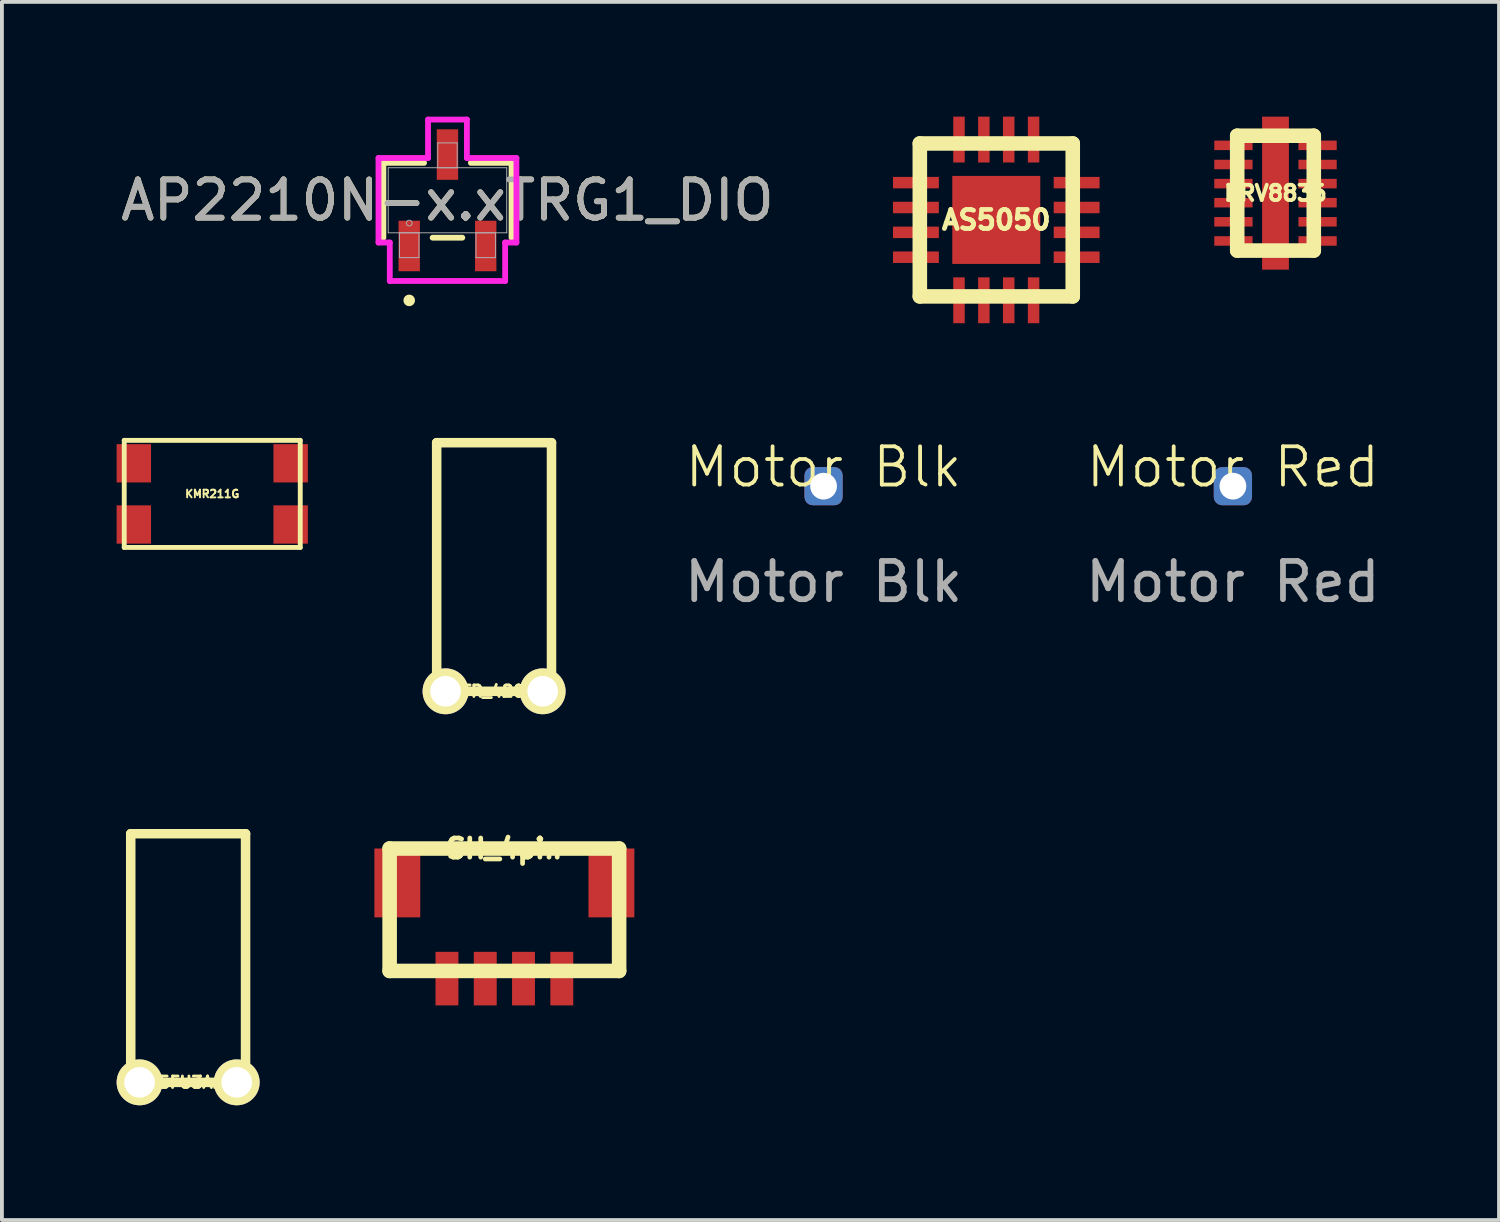
<source format=kicad_pcb>
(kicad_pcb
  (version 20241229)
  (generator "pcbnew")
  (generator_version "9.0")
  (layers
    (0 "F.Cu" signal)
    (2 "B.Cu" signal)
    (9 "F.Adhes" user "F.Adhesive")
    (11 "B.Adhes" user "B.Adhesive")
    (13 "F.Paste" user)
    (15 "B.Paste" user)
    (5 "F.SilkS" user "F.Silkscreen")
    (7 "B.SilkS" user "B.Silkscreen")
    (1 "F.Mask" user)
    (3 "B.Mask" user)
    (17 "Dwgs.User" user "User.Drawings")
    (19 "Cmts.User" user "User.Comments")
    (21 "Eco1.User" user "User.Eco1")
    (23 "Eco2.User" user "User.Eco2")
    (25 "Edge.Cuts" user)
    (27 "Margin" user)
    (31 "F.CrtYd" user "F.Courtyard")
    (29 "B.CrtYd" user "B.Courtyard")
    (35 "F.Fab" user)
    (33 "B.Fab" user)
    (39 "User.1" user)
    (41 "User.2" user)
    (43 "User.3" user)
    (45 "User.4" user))
  (footprint "DRV8836"
    (layer "F.Cu")
    (at 30.298 2)
    (property "Reference" "DRV8836" (at 0 0 0) (layer "F.SilkS") (effects (font (size 0.399 0.399) (thickness 0.099))))
    (attr through_hole)
    (fp_line (start -1.001 -1.501) (end -1.001 1.501) (stroke (width 0.381) (type solid)) (layer "F.SilkS"))
    (fp_line (start -1.001 1.501) (end 1.001 1.501) (stroke (width 0.381) (type solid)) (layer "F.SilkS"))
    (fp_line (start 1.001 -1.501) (end -1.001 -1.501) (stroke (width 0.381) (type solid)) (layer "F.SilkS"))
    (fp_line (start 1.001 1.501) (end 1.001 -1.501) (stroke (width 0.381) (type solid)) (layer "F.SilkS"))
    (pad "1" smd rect (at -1.1 -1.25) (size 1.001 0.249) (layers "F.Cu" "F.Mask" "F.Paste"))
    (pad "2" smd rect (at -1.1 -0.749) (size 1.001 0.249) (layers "F.Cu" "F.Mask" "F.Paste"))
    (pad "3" smd rect (at -1.1 -0.249) (size 1.001 0.249) (layers "F.Cu" "F.Mask" "F.Paste"))
    (pad "4" smd rect (at -1.1 0.249) (size 1.001 0.249) (layers "F.Cu" "F.Mask" "F.Paste"))
    (pad "5" smd rect (at -1.1 0.749) (size 1.001 0.249) (layers "F.Cu" "F.Mask" "F.Paste"))
    (pad "6" smd rect (at -1.1 1.25) (size 1.001 0.249) (layers "F.Cu" "F.Mask" "F.Paste"))
    (pad "7" smd rect (at 1.1 1.25) (size 1.001 0.249) (layers "F.Cu" "F.Mask" "F.Paste"))
    (pad "8" smd rect (at 1.1 0.749) (size 1.001 0.249) (layers "F.Cu" "F.Mask" "F.Paste"))
    (pad "9" smd rect (at 1.1 0.249) (size 1.001 0.249) (layers "F.Cu" "F.Mask" "F.Paste"))
    (pad "10" smd rect (at 1.1 -0.249) (size 1.001 0.249) (layers "F.Cu" "F.Mask" "F.Paste"))
    (pad "11" smd rect (at 1.1 -0.749) (size 1.001 0.249) (layers "F.Cu" "F.Mask" "F.Paste"))
    (pad "12" smd rect (at 1.1 -1.25) (size 1.001 0.249) (layers "F.Cu" "F.Mask" "F.Paste"))
    (pad "99" smd rect (at 0 0) (size 0.701 4) (layers "F.Cu" "F.Mask" "F.Paste")))
  (footprint "AS5050"
    (layer "F.Cu")
    (at 22.998 2.7)
    (property "Reference" "AS5050" (at 0 0 0) (layer "F.SilkS") (effects (font (size 0.5 0.5) (thickness 0.124))))
    (attr through_hole)
    (fp_line (start -1.999 -1.999) (end -1.999 1.999) (stroke (width 0.381) (type solid)) (layer "F.SilkS"))
    (fp_line (start -1.999 1.999) (end 1.999 1.999) (stroke (width 0.381) (type solid)) (layer "F.SilkS"))
    (fp_line (start 1.999 -1.999) (end -1.999 -1.999) (stroke (width 0.381) (type solid)) (layer "F.SilkS"))
    (fp_line (start 1.999 1.999) (end 1.999 -1.999) (stroke (width 0.381) (type solid)) (layer "F.SilkS"))
    (pad "1" smd rect (at -2.101 -0.975) (size 1.199 0.3) (layers "F.Cu" "F.Mask" "F.Paste"))
    (pad "2" smd rect (at -2.101 -0.325) (size 1.199 0.3) (layers "F.Cu" "F.Mask" "F.Paste"))
    (pad "3" smd rect (at -2.101 0.325) (size 1.199 0.3) (layers "F.Cu" "F.Mask" "F.Paste"))
    (pad "4" smd rect (at -2.101 0.975) (size 1.199 0.3) (layers "F.Cu" "F.Mask" "F.Paste"))
    (pad "5" smd rect (at -0.975 2.101) (size 0.3 1.199) (layers "F.Cu" "F.Mask" "F.Paste"))
    (pad "6" smd rect (at -0.325 2.101) (size 0.3 1.199) (layers "F.Cu" "F.Mask" "F.Paste"))
    (pad "6" smd rect (at 0 0) (size 2.301 2.301) (layers "F.Cu" "F.Mask" "F.Paste"))
    (pad "7" smd rect (at 0.325 2.101) (size 0.3 1.199) (layers "F.Cu" "F.Mask" "F.Paste"))
    (pad "8" smd rect (at 0.975 2.101) (size 0.3 1.199) (layers "F.Cu" "F.Mask" "F.Paste"))
    (pad "9" smd rect (at 2.101 0.975) (size 1.199 0.3) (layers "F.Cu" "F.Mask" "F.Paste"))
    (pad "10" smd rect (at 2.101 0.325) (size 1.199 0.3) (layers "F.Cu" "F.Mask" "F.Paste"))
    (pad "11" smd rect (at 2.101 -0.325) (size 1.199 0.3) (layers "F.Cu" "F.Mask" "F.Paste"))
    (pad "12" smd rect (at 2.101 -0.975) (size 1.199 0.3) (layers "F.Cu" "F.Mask" "F.Paste"))
    (pad "13" smd rect (at 0.975 -2.101) (size 0.3 1.199) (layers "F.Cu" "F.Mask" "F.Paste"))
    (pad "14" smd rect (at 0.325 -2.101) (size 0.3 1.199) (layers "F.Cu" "F.Mask" "F.Paste"))
    (pad "15" smd rect (at -0.325 -2.101) (size 0.3 1.199) (layers "F.Cu" "F.Mask" "F.Paste"))
    (pad "16" smd rect (at -0.975 -2.101) (size 0.3 1.199) (layers "F.Cu" "F.Mask" "F.Paste")))
  (footprint "KMR211G"
    (layer "F.Cu")
    (at 2.499 9.863)
    (property "Reference" "KMR211G" (at 0 0 0) (layer "F.SilkS") (effects (font (size 0.201 0.201) (thickness 0.051))))
    (attr through_hole)
    (fp_line (start -2.301 -1.4) (end 2.301 -1.4) (stroke (width 0.127) (type solid)) (layer "F.SilkS"))
    (fp_line (start -2.301 1.4) (end -2.301 -1.4) (stroke (width 0.127) (type solid)) (layer "F.SilkS"))
    (fp_line (start 2.301 -1.4) (end 2.301 1.4) (stroke (width 0.127) (type solid)) (layer "F.SilkS"))
    (fp_line (start 2.301 1.4) (end -2.301 1.4) (stroke (width 0.127) (type solid)) (layer "F.SilkS"))
    (pad "" smd rect (at 2.05 -0.8) (size 0.899 1.001) (layers "F.Cu" "F.Mask" "F.Paste"))
    (pad "" smd rect (at 2.05 0.8) (size 0.899 1.001) (layers "F.Cu" "F.Mask" "F.Paste"))
    (pad "1" smd rect (at -2.05 -0.8) (size 0.899 1.001) (layers "F.Cu" "F.Mask" "F.Paste"))
    (pad "2" smd rect (at -2.05 0.8) (size 0.899 1.001) (layers "F.Cu" "F.Mask" "F.Paste")))
  (footprint "AP2210N-x.xTRG1_DIO"
    (layer "F.Cu")
    (at 8.649 2.186)
    (property "Reference" "AP2210N-x.xTRG1_DIO" (at 0 0 0) (unlocked yes) (layer "F.SilkS") (effects (font (size 1 1) (thickness 0.15))))
    (attr smd)
    (fp_line (start -1.676 -0.978) (end -1.676 0.978) (stroke (width 0.152) (type solid)) (layer "F.SilkS"))
    (fp_line (start -0.612 -0.978) (end -1.676 -0.978) (stroke (width 0.152) (type solid)) (layer "F.SilkS"))
    (fp_line (start -0.388 0.978) (end 0.388 0.978) (stroke (width 0.152) (type solid)) (layer "F.SilkS"))
    (fp_line (start 1.676 -0.978) (end 0.612 -0.978) (stroke (width 0.152) (type solid)) (layer "F.SilkS"))
    (fp_line (start 1.676 0.978) (end 1.676 -0.978) (stroke (width 0.152) (type solid)) (layer "F.SilkS"))
    (fp_circle (center -1 2.618) (end -0.924 2.618) (stroke (width 0.152) (type solid)) (fill no) (layer "F.SilkS"))
    (fp_line (start -1.803 -1.105) (end -0.508 -1.105) (stroke (width 0.152) (type solid)) (layer "F.CrtYd"))
    (fp_line (start -1.803 1.105) (end -1.803 -1.105) (stroke (width 0.152) (type solid)) (layer "F.CrtYd"))
    (fp_line (start -1.803 1.105) (end -1.508 1.105) (stroke (width 0.152) (type solid)) (layer "F.CrtYd"))
    (fp_line (start -1.508 1.105) (end -1.508 2.11) (stroke (width 0.152) (type solid)) (layer "F.CrtYd"))
    (fp_line (start -1.508 2.11) (end 1.508 2.11) (stroke (width 0.152) (type solid)) (layer "F.CrtYd"))
    (fp_line (start -0.508 -2.11) (end 0.508 -2.11) (stroke (width 0.152) (type solid)) (layer "F.CrtYd"))
    (fp_line (start -0.508 -1.105) (end -0.508 -2.11) (stroke (width 0.152) (type solid)) (layer "F.CrtYd"))
    (fp_line (start 0.508 -1.105) (end 0.508 -2.11) (stroke (width 0.152) (type solid)) (layer "F.CrtYd"))
    (fp_line (start 1.508 1.105) (end 1.508 2.11) (stroke (width 0.152) (type solid)) (layer "F.CrtYd"))
    (fp_line (start 1.803 -1.105) (end 0.508 -1.105) (stroke (width 0.152) (type solid)) (layer "F.CrtYd"))
    (fp_line (start 1.803 -1.105) (end 1.803 1.105) (stroke (width 0.152) (type solid)) (layer "F.CrtYd"))
    (fp_line (start 1.803 1.105) (end 1.508 1.105) (stroke (width 0.152) (type solid)) (layer "F.CrtYd"))
    (fp_line (start -1.549 -0.851) (end -1.549 0.851) (stroke (width 0.025) (type solid)) (layer "F.Fab"))
    (fp_line (start -1.549 0.851) (end 1.549 0.851) (stroke (width 0.025) (type solid)) (layer "F.Fab"))
    (fp_line (start -1.254 0.851) (end -1.254 1.5) (stroke (width 0.025) (type solid)) (layer "F.Fab"))
    (fp_line (start -1.254 1.5) (end -0.746 1.5) (stroke (width 0.025) (type solid)) (layer "F.Fab"))
    (fp_line (start -0.746 0.851) (end -1.254 0.851) (stroke (width 0.025) (type solid)) (layer "F.Fab"))
    (fp_line (start -0.746 1.5) (end -0.746 0.851) (stroke (width 0.025) (type solid)) (layer "F.Fab"))
    (fp_line (start -0.254 -1.5) (end -0.254 -0.851) (stroke (width 0.025) (type solid)) (layer "F.Fab"))
    (fp_line (start -0.254 -0.851) (end 0.254 -0.851) (stroke (width 0.025) (type solid)) (layer "F.Fab"))
    (fp_line (start 0.254 -1.5) (end -0.254 -1.5) (stroke (width 0.025) (type solid)) (layer "F.Fab"))
    (fp_line (start 0.254 -0.851) (end 0.254 -1.5) (stroke (width 0.025) (type solid)) (layer "F.Fab"))
    (fp_line (start 0.746 0.851) (end 0.746 1.5) (stroke (width 0.025) (type solid)) (layer "F.Fab"))
    (fp_line (start 0.746 1.5) (end 1.254 1.5) (stroke (width 0.025) (type solid)) (layer "F.Fab"))
    (fp_line (start 1.254 0.851) (end 0.746 0.851) (stroke (width 0.025) (type solid)) (layer "F.Fab"))
    (fp_line (start 1.254 1.5) (end 1.254 0.851) (stroke (width 0.025) (type solid)) (layer "F.Fab"))
    (fp_line (start 1.549 -0.851) (end -1.549 -0.851) (stroke (width 0.025) (type solid)) (layer "F.Fab"))
    (fp_line (start 1.549 0.851) (end 1.549 -0.851) (stroke (width 0.025) (type solid)) (layer "F.Fab"))
    (fp_circle (center -1 0.597) (end -0.924 0.597) (stroke (width 0.025) (type solid)) (fill no) (layer "F.Fab"))
    (fp_text user "${REFERENCE}" (at 0 0 0) (unlocked yes) (layer "F.Fab") (effects (font (size 1 1) (thickness 0.15))))
    (pad "1" smd rect (at -1 1.195) (size 0.559 1.321) (layers "F.Cu" "F.Mask" "F.Paste"))
    (pad "2" smd rect (at 1 1.195) (size 0.559 1.321) (layers "F.Cu" "F.Mask" "F.Paste"))
    (pad "3" smd rect (at 0 -1.195) (size 0.559 1.321) (layers "F.Cu" "F.Mask" "F.Paste")))
  (footprint "LTR_4206"
    (layer "F.Cu")
    (at 9.868 15.024)
    (property "Reference" "LTR_4206" (at 0 0 0) (layer "F.SilkS") (effects (font (size 0.3 0.3) (thickness 0.076))))
    (attr through_hole)
    (fp_line (start -1.501 -6.5) (end -1.501 0) (stroke (width 0.249) (type solid)) (layer "F.SilkS"))
    (fp_line (start -1.501 0) (end 1.501 0) (stroke (width 0.249) (type solid)) (layer "F.SilkS"))
    (fp_line (start 1.501 -6.5) (end -1.501 -6.5) (stroke (width 0.249) (type solid)) (layer "F.SilkS"))
    (fp_line (start 1.501 0) (end 1.501 -6.5) (stroke (width 0.249) (type solid)) (layer "F.SilkS"))
    (pad "1" thru_hole circle (at -1.27 0) (size 1.199 1.199) (drill 0.8) (layers "*.Cu" "*.Mask" "F.SilkS"))
    (pad "3" thru_hole circle (at 1.27 0) (size 1.199 1.199) (drill 0.8) (layers "*.Cu" "*.Mask" "F.SilkS")))
  (footprint "Motor Blk"
    (layer "F.Cu")
    (at 18.482 9.661)
    (property "Reference" "Motor Blk" (at 0 -0.5 0) (unlocked yes) (layer "F.SilkS") (effects (font (size 1 1) (thickness 0.1))))
    (attr smd)
    (fp_text user "${REFERENCE}" (at 0 2.5 0) (unlocked yes) (layer "F.Fab") (effects (font (size 1 1) (thickness 0.15))))
    (pad "1" thru_hole roundrect (at 0 0) (size 1 1) (drill 0.7) (layers "*.Cu" "F.Mask" "F.Paste") (roundrect_rratio 0.217)))
  (footprint "OSI5FU3A11C"
    (layer "F.Cu")
    (at 1.869 25.248)
    (property "Reference" "OSI5FU3A11C" (at 0 0 0) (layer "F.SilkS") (effects (font (size 0.3 0.3) (thickness 0.076))))
    (attr through_hole)
    (fp_line (start -1.501 -6.5) (end -1.501 0) (stroke (width 0.249) (type solid)) (layer "F.SilkS"))
    (fp_line (start -1.501 0) (end 1.501 0) (stroke (width 0.249) (type solid)) (layer "F.SilkS"))
    (fp_line (start 1.501 -6.5) (end -1.501 -6.5) (stroke (width 0.249) (type solid)) (layer "F.SilkS"))
    (fp_line (start 1.501 0) (end 1.501 -6.5) (stroke (width 0.249) (type solid)) (layer "F.SilkS"))
    (pad "1" thru_hole circle (at -1.27 0) (size 1.199 1.199) (drill 0.8) (layers "*.Cu" "*.Mask" "F.SilkS"))
    (pad "2" thru_hole circle (at 1.27 0) (size 1.199 1.199) (drill 0.8) (layers "*.Cu" "*.Mask" "F.SilkS")))
  (footprint "Motor Red"
    (layer "F.Cu")
    (at 29.184 9.661)
    (property "Reference" "Motor Red" (at 0 -0.5 0) (unlocked yes) (layer "F.SilkS") (effects (font (size 1 1) (thickness 0.1))))
    (attr smd)
    (fp_text user "${REFERENCE}" (at 0 2.5 0) (unlocked yes) (layer "F.Fab") (effects (font (size 1 1) (thickness 0.15))))
    (pad "1" thru_hole roundrect (at 0 0) (size 1 1) (drill 0.7) (layers "*.Cu" "F.Mask" "F.Paste") (roundrect_rratio 0.217)))
  (footprint "SH_4pin"
    (layer "F.Cu")
    (at 10.137 19.135)
    (property "Reference" "SH_4pin" (at 0 0 0) (layer "F.SilkS") (effects (font (size 0.5 0.5) (thickness 0.124))))
    (attr through_hole)
    (fp_line (start -3 0) (end -3 3.2) (stroke (width 0.381) (type solid)) (layer "F.SilkS"))
    (fp_line (start -3 3.2) (end 3 3.2) (stroke (width 0.381) (type solid)) (layer "F.SilkS"))
    (fp_line (start 3 0) (end -3 0) (stroke (width 0.381) (type solid)) (layer "F.SilkS"))
    (fp_line (start 3 3.2) (end 3 0) (stroke (width 0.381) (type solid)) (layer "F.SilkS"))
    (pad "1" smd rect (at -1.501 3.401) (size 0.599 1.4) (layers "F.Cu" "F.Mask" "F.Paste"))
    (pad "2" smd rect (at -0.5 3.401) (size 0.599 1.4) (layers "F.Cu" "F.Mask" "F.Paste"))
    (pad "3" smd rect (at 0.5 3.401) (size 0.599 1.4) (layers "F.Cu" "F.Mask" "F.Paste"))
    (pad "4" smd rect (at 1.501 3.401) (size 0.599 1.4) (layers "F.Cu" "F.Mask" "F.Paste"))
    (pad "5" smd rect (at -2.799 0.899) (size 1.199 1.801) (layers "F.Cu" "F.Mask" "F.Paste"))
    (pad "6" smd rect (at 2.799 0.899) (size 1.199 1.801) (layers "F.Cu" "F.Mask" "F.Paste")))
  (gr_rect
    (start -3 -3)
    (end 36.142 28.848)
    (stroke (width 0.1) (type default))
    (fill no)
    (layer "Edge.Cuts")))
</source>
